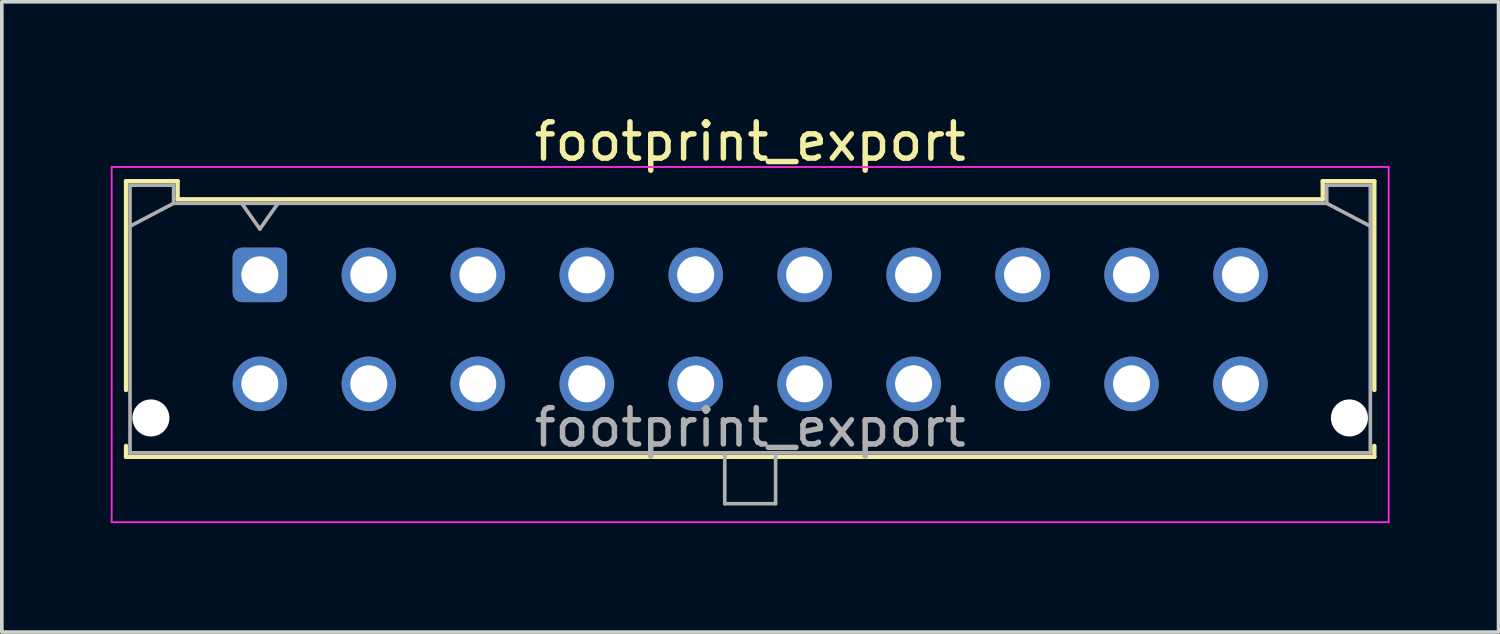
<source format=kicad_pcb>
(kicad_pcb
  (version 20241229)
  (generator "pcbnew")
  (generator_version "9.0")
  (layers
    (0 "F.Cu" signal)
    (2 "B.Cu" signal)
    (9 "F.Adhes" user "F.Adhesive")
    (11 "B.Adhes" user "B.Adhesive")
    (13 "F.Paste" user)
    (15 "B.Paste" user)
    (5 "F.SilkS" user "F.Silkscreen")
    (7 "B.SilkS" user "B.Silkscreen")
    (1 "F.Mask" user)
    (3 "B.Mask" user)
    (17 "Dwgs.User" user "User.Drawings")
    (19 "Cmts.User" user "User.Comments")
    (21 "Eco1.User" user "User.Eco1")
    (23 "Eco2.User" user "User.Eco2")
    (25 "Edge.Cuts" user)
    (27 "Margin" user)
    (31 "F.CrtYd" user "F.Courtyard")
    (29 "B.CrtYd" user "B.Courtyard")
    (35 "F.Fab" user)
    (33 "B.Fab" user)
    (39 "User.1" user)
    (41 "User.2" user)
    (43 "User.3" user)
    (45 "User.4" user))
  (footprint "footprint_export"
    (layer "F.Cu")
    (at 4.105 4.518)
    (property "Reference" "footprint_export" (at 13.5 -3.67 0) (layer "F.SilkS") (effects (font (size 1 1) (thickness 0.15))))
    (attr through_hole)
    (fp_line (start -3.685 -2.58) (end -2.265 -2.58) (stroke (width 0.12) (type solid)) (layer "F.SilkS"))
    (fp_line (start -3.685 3.17) (end -3.685 -2.58) (stroke (width 0.12) (type solid)) (layer "F.SilkS"))
    (fp_line (start -3.685 4.71) (end -3.685 5.01) (stroke (width 0.12) (type solid)) (layer "F.SilkS"))
    (fp_line (start -3.685 5.01) (end 30.685 5.01) (stroke (width 0.12) (type solid)) (layer "F.SilkS"))
    (fp_line (start -2.265 -2.58) (end -2.265 -2.08) (stroke (width 0.12) (type solid)) (layer "F.SilkS"))
    (fp_line (start -2.265 -2.08) (end 29.265 -2.08) (stroke (width 0.12) (type solid)) (layer "F.SilkS"))
    (fp_line (start 29.265 -2.58) (end 30.685 -2.58) (stroke (width 0.12) (type solid)) (layer "F.SilkS"))
    (fp_line (start 29.265 -2.08) (end 29.265 -2.58) (stroke (width 0.12) (type solid)) (layer "F.SilkS"))
    (fp_line (start 30.685 -2.58) (end 30.685 3.17) (stroke (width 0.12) (type solid)) (layer "F.SilkS"))
    (fp_line (start 30.685 5.01) (end 30.685 4.71) (stroke (width 0.12) (type solid)) (layer "F.SilkS"))
    (fp_line (start -4.08 -2.97) (end 31.08 -2.97) (stroke (width 0.05) (type solid)) (layer "F.CrtYd"))
    (fp_line (start -4.08 6.81) (end -4.08 -2.97) (stroke (width 0.05) (type solid)) (layer "F.CrtYd"))
    (fp_line (start 31.08 -2.97) (end 31.08 6.81) (stroke (width 0.05) (type solid)) (layer "F.CrtYd"))
    (fp_line (start 31.08 6.81) (end -4.08 6.81) (stroke (width 0.05) (type solid)) (layer "F.CrtYd"))
    (fp_line (start -3.575 -2.47) (end -3.575 4.9) (stroke (width 0.1) (type solid)) (layer "F.Fab"))
    (fp_line (start -3.575 -1.34) (end -2.375 -1.97) (stroke (width 0.1) (type solid)) (layer "F.Fab"))
    (fp_line (start -3.575 4.9) (end 30.575 4.9) (stroke (width 0.1) (type solid)) (layer "F.Fab"))
    (fp_line (start -2.375 -2.47) (end -3.575 -2.47) (stroke (width 0.1) (type solid)) (layer "F.Fab"))
    (fp_line (start -2.375 -1.97) (end -2.375 -2.47) (stroke (width 0.1) (type solid)) (layer "F.Fab"))
    (fp_line (start -0.5 -1.97) (end 0 -1.263) (stroke (width 0.1) (type solid)) (layer "F.Fab"))
    (fp_line (start 0 -1.263) (end 0.5 -1.97) (stroke (width 0.1) (type solid)) (layer "F.Fab"))
    (fp_line (start 12.8 4.9) (end 12.8 6.3) (stroke (width 0.1) (type solid)) (layer "F.Fab"))
    (fp_line (start 12.8 6.3) (end 14.2 6.3) (stroke (width 0.1) (type solid)) (layer "F.Fab"))
    (fp_line (start 14.2 6.3) (end 14.2 4.9) (stroke (width 0.1) (type solid)) (layer "F.Fab"))
    (fp_line (start 29.375 -2.47) (end 29.375 -1.97) (stroke (width 0.1) (type solid)) (layer "F.Fab"))
    (fp_line (start 29.375 -1.97) (end -2.375 -1.97) (stroke (width 0.1) (type solid)) (layer "F.Fab"))
    (fp_line (start 30.575 -2.47) (end 29.375 -2.47) (stroke (width 0.1) (type solid)) (layer "F.Fab"))
    (fp_line (start 30.575 -1.34) (end 29.375 -1.97) (stroke (width 0.1) (type solid)) (layer "F.Fab"))
    (fp_line (start 30.575 4.9) (end 30.575 -2.47) (stroke (width 0.1) (type solid)) (layer "F.Fab"))
    (fp_text user "${REFERENCE}" (at 13.5 4.2 0) (layer "F.Fab") (effects (font (size 1 1) (thickness 0.15))))
    (pad "" np_thru_hole circle (at -3 3.94) (size 1.02 1.02) (drill 1.02) (layers "*.Cu" "*.Mask"))
    (pad "" np_thru_hole circle (at 30 3.94) (size 1.02 1.02) (drill 1.02) (layers "*.Cu" "*.Mask"))
    (pad "1" thru_hole roundrect (at 0 0) (size 1.5 1.5) (drill 1.02) (layers "*.Cu" "*.Mask") (roundrect_rratio 0.167))
    (pad "2" thru_hole circle (at 3 0) (size 1.5 1.5) (drill 1.02) (layers "*.Cu" "*.Mask"))
    (pad "3" thru_hole circle (at 6 0) (size 1.5 1.5) (drill 1.02) (layers "*.Cu" "*.Mask"))
    (pad "4" thru_hole circle (at 9 0) (size 1.5 1.5) (drill 1.02) (layers "*.Cu" "*.Mask"))
    (pad "5" thru_hole circle (at 12 0) (size 1.5 1.5) (drill 1.02) (layers "*.Cu" "*.Mask"))
    (pad "6" thru_hole circle (at 15 0) (size 1.5 1.5) (drill 1.02) (layers "*.Cu" "*.Mask"))
    (pad "7" thru_hole circle (at 18 0) (size 1.5 1.5) (drill 1.02) (layers "*.Cu" "*.Mask"))
    (pad "8" thru_hole circle (at 21 0) (size 1.5 1.5) (drill 1.02) (layers "*.Cu" "*.Mask"))
    (pad "9" thru_hole circle (at 24 0) (size 1.5 1.5) (drill 1.02) (layers "*.Cu" "*.Mask"))
    (pad "10" thru_hole circle (at 27 0) (size 1.5 1.5) (drill 1.02) (layers "*.Cu" "*.Mask"))
    (pad "11" thru_hole circle (at 0 3) (size 1.5 1.5) (drill 1.02) (layers "*.Cu" "*.Mask"))
    (pad "12" thru_hole circle (at 3 3) (size 1.5 1.5) (drill 1.02) (layers "*.Cu" "*.Mask"))
    (pad "13" thru_hole circle (at 6 3) (size 1.5 1.5) (drill 1.02) (layers "*.Cu" "*.Mask"))
    (pad "14" thru_hole circle (at 9 3) (size 1.5 1.5) (drill 1.02) (layers "*.Cu" "*.Mask"))
    (pad "15" thru_hole circle (at 12 3) (size 1.5 1.5) (drill 1.02) (layers "*.Cu" "*.Mask"))
    (pad "16" thru_hole circle (at 15 3) (size 1.5 1.5) (drill 1.02) (layers "*.Cu" "*.Mask"))
    (pad "17" thru_hole circle (at 18 3) (size 1.5 1.5) (drill 1.02) (layers "*.Cu" "*.Mask"))
    (pad "18" thru_hole circle (at 21 3) (size 1.5 1.5) (drill 1.02) (layers "*.Cu" "*.Mask"))
    (pad "19" thru_hole circle (at 24 3) (size 1.5 1.5) (drill 1.02) (layers "*.Cu" "*.Mask"))
    (pad "20" thru_hole circle (at 27 3) (size 1.5 1.5) (drill 1.02) (layers "*.Cu" "*.Mask")))
  (gr_rect
    (start -3 -3)
    (end 38.21 14.353)
    (stroke (width 0.1) (type default))
    (fill no)
    (layer "Edge.Cuts")))
</source>
